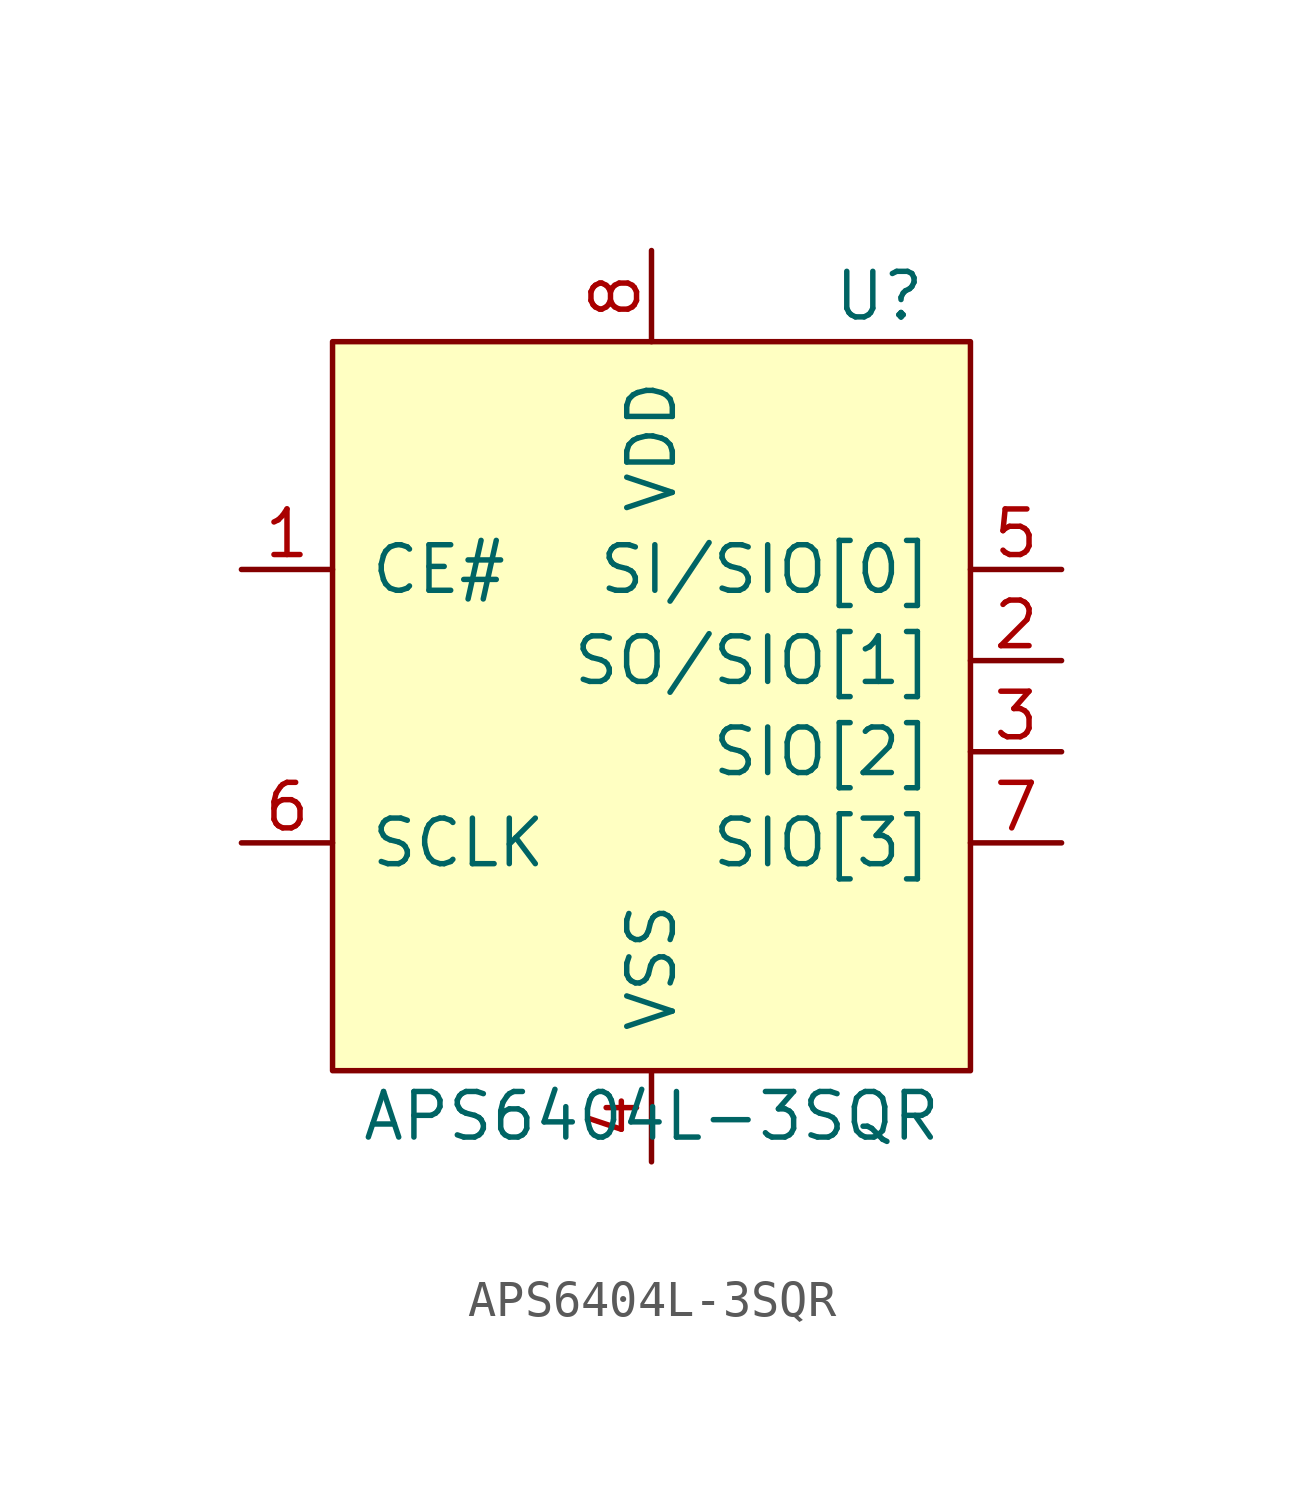
<source format=kicad_sym>
(kicad_symbol_lib
  (version 20201005)
  (generator kicad_symbol_editor)
  (symbol "APS6404L-3SQR"
    (pin_names
      (offset 1.016))
    (property "Reference" "U"
      (at 6.35 10.16 0)
      (effects (font (size 1.27 1.27))))
    (property "Value" "APS6404L-3SQR"
      (at 0 -12.7 0)
      (effects (font (size 1.27 1.27))))
    (symbol "APS6404L-3SQR_0_0"
      (pin input line (at -11.43 2.54 0) (length 2.54) (name "CE#" (effects (font (size 1.27 1.27)))) (number "1" (effects (font (size 1.27 1.27)))))
      (pin bidirectional line (at 11.43 0 180) (length 2.54) (name "SO/SIO[1]" (effects (font (size 1.27 1.27)))) (number "2" (effects (font (size 1.27 1.27)))))
      (pin bidirectional line (at 11.43 -2.54 180) (length 2.54) (name "SIO[2]" (effects (font (size 1.27 1.27)))) (number "3" (effects (font (size 1.27 1.27)))))
      (pin power_in line (at 0 -13.97 90) (length 2.54) (name "VSS" (effects (font (size 1.27 1.27)))) (number "4" (effects (font (size 1.27 1.27)))))
      (pin bidirectional line (at 11.43 2.54 180) (length 2.54) (name "SI/SIO[0]" (effects (font (size 1.27 1.27)))) (number "5" (effects (font (size 1.27 1.27)))))
      (pin input line (at -11.43 -5.08 0) (length 2.54) (name "SCLK" (effects (font (size 1.27 1.27)))) (number "6" (effects (font (size 1.27 1.27)))))
      (pin bidirectional line (at 11.43 -5.08 180) (length 2.54) (name "SIO[3]" (effects (font (size 1.27 1.27)))) (number "7" (effects (font (size 1.27 1.27)))))
      (pin power_in line (at 0 11.43 270) (length 2.54) (name "VDD" (effects (font (size 1.27 1.27)))) (number "8" (effects (font (size 1.27 1.27))))))
    (symbol "APS6404L-3SQR_0_1"
      (rectangle (start -8.89 8.89) (end 8.89 -11.43) (stroke (width 0)) (fill (type background))))))
</source>
